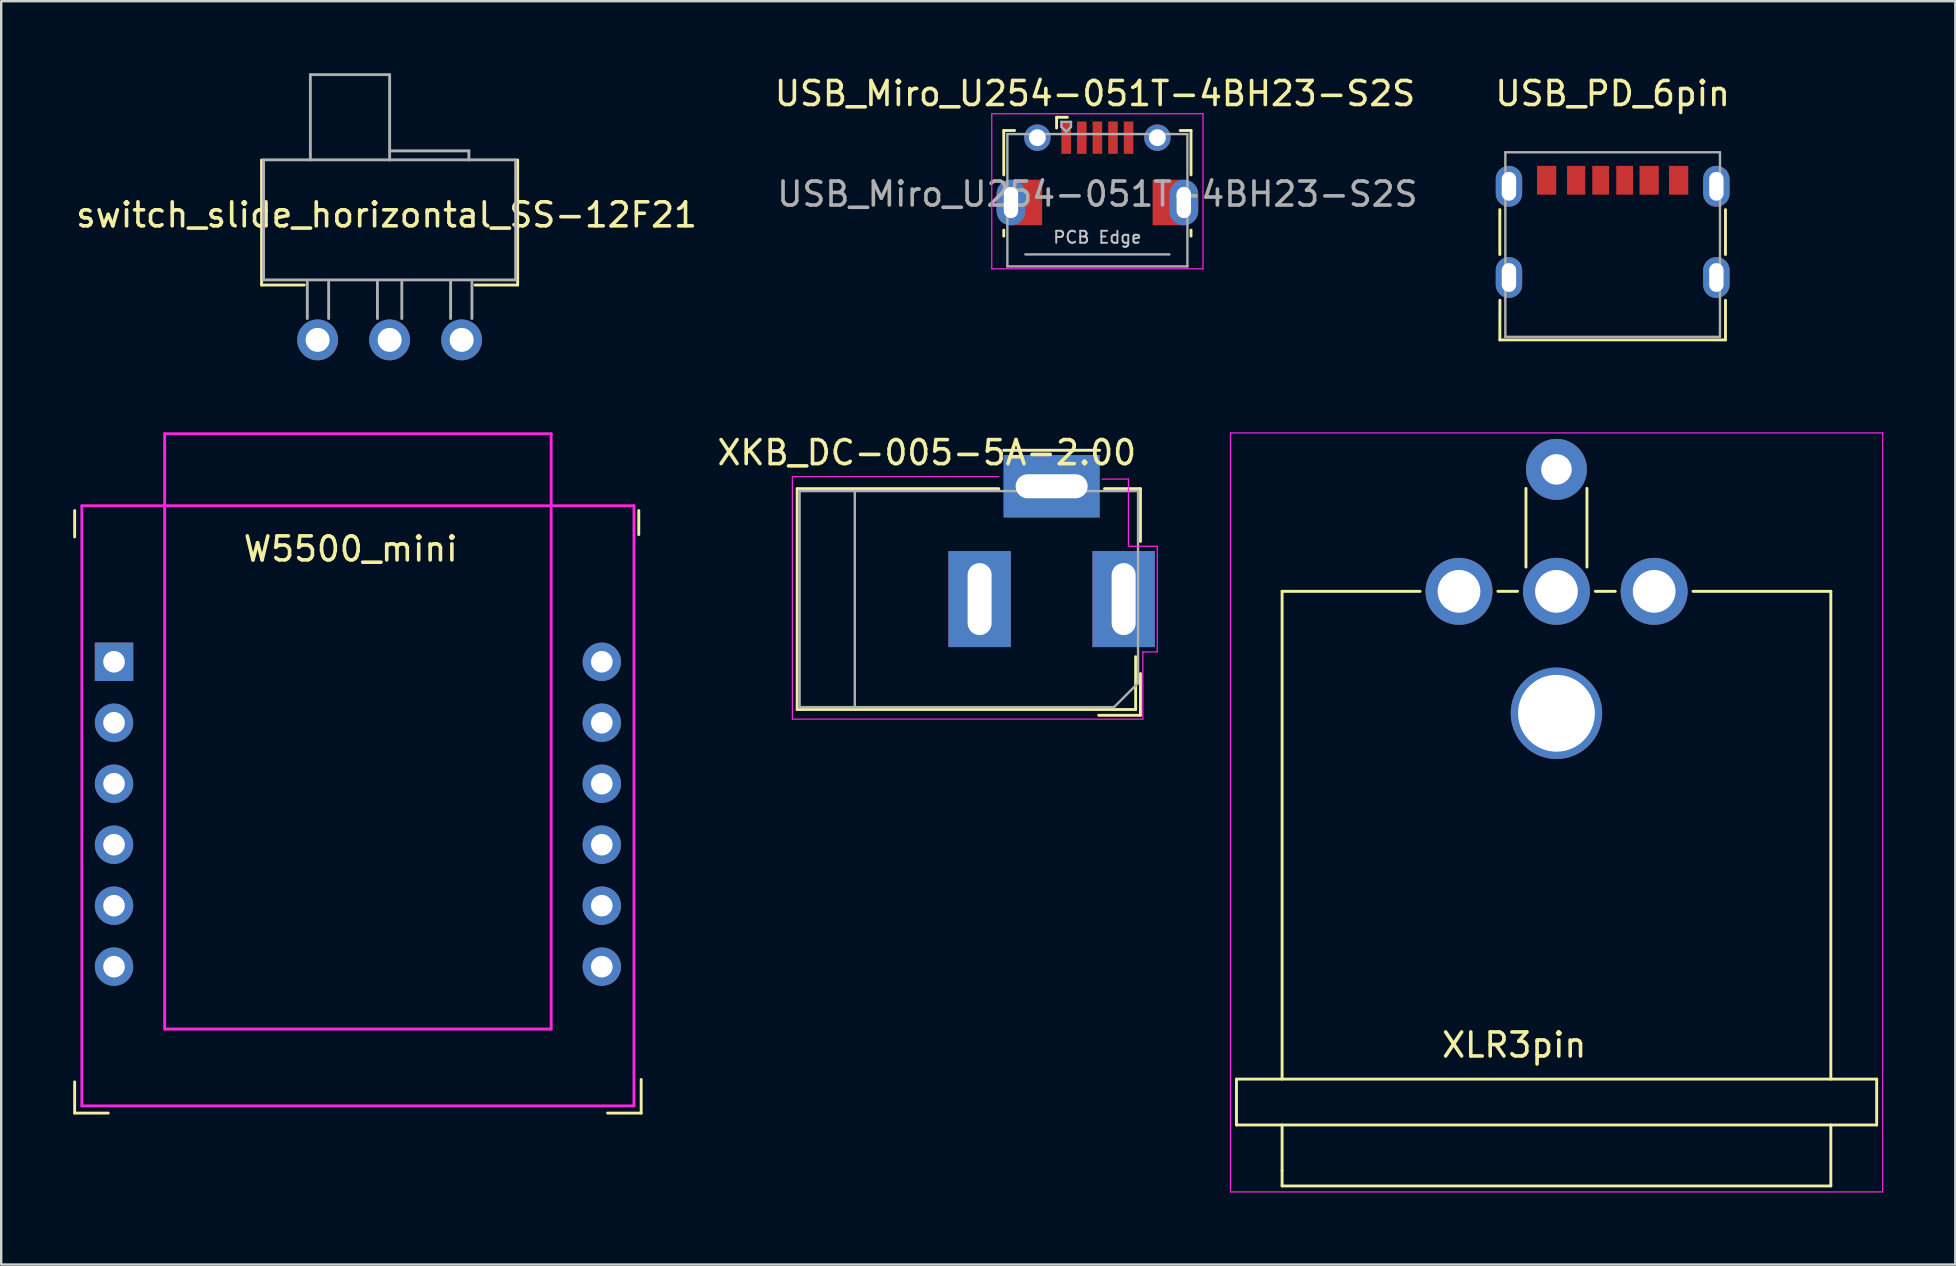
<source format=kicad_pcb>
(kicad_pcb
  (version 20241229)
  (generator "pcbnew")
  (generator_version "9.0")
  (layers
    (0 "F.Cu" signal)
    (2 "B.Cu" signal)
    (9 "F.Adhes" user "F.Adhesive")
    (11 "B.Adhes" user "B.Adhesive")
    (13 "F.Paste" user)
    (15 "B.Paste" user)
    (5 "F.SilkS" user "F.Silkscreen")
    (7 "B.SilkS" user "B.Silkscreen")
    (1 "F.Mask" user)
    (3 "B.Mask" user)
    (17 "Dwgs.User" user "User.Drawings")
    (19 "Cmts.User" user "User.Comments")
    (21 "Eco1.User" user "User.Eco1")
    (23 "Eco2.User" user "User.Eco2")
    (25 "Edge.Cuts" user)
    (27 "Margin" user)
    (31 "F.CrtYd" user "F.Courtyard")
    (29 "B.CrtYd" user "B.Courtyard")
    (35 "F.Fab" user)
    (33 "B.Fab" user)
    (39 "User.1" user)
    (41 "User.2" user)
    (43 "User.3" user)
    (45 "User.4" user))
  (footprint "USB_Miro_U254-051T-4BH23-S2S"
    (layer "F.Cu")
    (at 42.665 2.448)
    (property "Reference" "USB_Miro_U254-051T-4BH23-S2S" (at -0.1 -1.6 0) (layer "F.SilkS") (effects (font (size 1 1) (thickness 0.15))))
    (attr through_hole)
    (fp_line (start -3.9 -0.062) (end -3.45 -0.062) (stroke (width 0.12) (type solid)) (layer "F.SilkS"))
    (fp_line (start -3.9 1.788) (end -3.9 -0.062) (stroke (width 0.12) (type solid)) (layer "F.SilkS"))
    (fp_line (start -3.9 4.338) (end -3.9 4.088) (stroke (width 0.12) (type solid)) (layer "F.SilkS"))
    (fp_line (start -1.7 -0.613) (end -1.7 -0.163) (stroke (width 0.12) (type solid)) (layer "F.SilkS"))
    (fp_line (start -1.7 -0.613) (end -1.25 -0.613) (stroke (width 0.12) (type solid)) (layer "F.SilkS"))
    (fp_line (start 3.9 -0.062) (end 3.45 -0.062) (stroke (width 0.12) (type solid)) (layer "F.SilkS"))
    (fp_line (start 3.9 1.788) (end 3.9 -0.062) (stroke (width 0.12) (type solid)) (layer "F.SilkS"))
    (fp_line (start 3.9 4.338) (end 3.9 4.088) (stroke (width 0.12) (type solid)) (layer "F.SilkS"))
    (fp_line (start -4.4 -0.76) (end 4.4 -0.76) (stroke (width 0.05) (type solid)) (layer "F.CrtYd"))
    (fp_line (start -4.4 5.7) (end -4.4 -0.76) (stroke (width 0.05) (type solid)) (layer "F.CrtYd"))
    (fp_line (start -4.4 5.7) (end 4.4 5.7) (stroke (width 0.05) (type solid)) (layer "F.CrtYd"))
    (fp_line (start 4.4 -0.76) (end 4.4 5.7) (stroke (width 0.05) (type solid)) (layer "F.CrtYd"))
    (fp_line (start -3.75 0.087) (end 3.75 0.087) (stroke (width 0.1) (type solid)) (layer "F.Fab"))
    (fp_line (start -3.75 5.6) (end -3.75 0.087) (stroke (width 0.1) (type solid)) (layer "F.Fab"))
    (fp_line (start -3.75 5.6) (end 3.75 5.6) (stroke (width 0.1) (type solid)) (layer "F.Fab"))
    (fp_line (start -3 5.1) (end 3 5.1) (stroke (width 0.1) (type solid)) (layer "F.Fab"))
    (fp_line (start -1.5 -0.422) (end -1.5 -0.212) (stroke (width 0.1) (type solid)) (layer "F.Fab"))
    (fp_line (start -1.5 -0.422) (end -1.1 -0.422) (stroke (width 0.1) (type solid)) (layer "F.Fab"))
    (fp_line (start -1.3 -0.013) (end -1.5 -0.212) (stroke (width 0.1) (type solid)) (layer "F.Fab"))
    (fp_line (start -1.1 -0.422) (end -1.1 -0.212) (stroke (width 0.1) (type solid)) (layer "F.Fab"))
    (fp_line (start -1.1 -0.212) (end -1.3 -0.013) (stroke (width 0.1) (type solid)) (layer "F.Fab"))
    (fp_line (start 3.75 5.6) (end 3.75 0.087) (stroke (width 0.1) (type solid)) (layer "F.Fab"))
    (fp_text user "PCB Edge" (at 0 4.388 0) (layer "Dwgs.User") (effects (font (size 0.5 0.5) (thickness 0.08))))
    (fp_text user "${REFERENCE}" (at 0 2.587 0) (layer "F.Fab") (effects (font (size 1 1) (thickness 0.15))))
    (pad "" thru_hole oval (at -3.6 2.938 180) (size 1.2 1.9) (drill oval 0.6 1.3) (layers "*.Cu" "*.Mask"))
    (pad "" smd rect (at -2.9 2.938) (size 1.2 1.9) (layers "F.Cu" "F.Mask"))
    (pad "" thru_hole circle (at -2.5 0.237) (size 1.1 1.1) (drill 0.7) (layers "*.Cu" "*.Mask"))
    (pad "" thru_hole circle (at 2.5 0.237) (size 1.1 1.1) (drill 0.7) (layers "*.Cu" "*.Mask"))
    (pad "" smd rect (at 2.9 2.938) (size 1.2 1.9) (layers "F.Cu" "F.Mask"))
    (pad "" thru_hole oval (at 3.6 2.938) (size 1.2 1.9) (drill oval 0.6 1.3) (layers "*.Cu" "*.Mask"))
    (pad "1" smd rect (at -1.3 0.237) (size 0.4 1.35) (layers "F.Cu" "F.Mask" "F.Paste"))
    (pad "2" smd rect (at -0.65 0.237) (size 0.4 1.35) (layers "F.Cu" "F.Mask" "F.Paste"))
    (pad "3" smd rect (at 0 0.237) (size 0.4 1.35) (layers "F.Cu" "F.Mask" "F.Paste"))
    (pad "4" smd rect (at 0.65 0.237) (size 0.4 1.35) (layers "F.Cu" "F.Mask" "F.Paste"))
    (pad "5" smd rect (at 1.3 0.237) (size 0.4 1.35) (layers "F.Cu" "F.Mask" "F.Paste")))
  (footprint "XLR3pin"
    (layer "F.Cu")
    (at 61.829 21.584)
    (property "Reference" "XLR3pin" (at -1.8 18.9 0) (layer "F.SilkS") (effects (font (size 1 1) (thickness 0.15))))
    (attr through_hole)
    (fp_line (start -13.37 20.32) (end -13.37 22.23) (stroke (width 0.12) (type solid)) (layer "F.SilkS"))
    (fp_line (start -13.37 22.23) (end 13.3 22.23) (stroke (width 0.12) (type solid)) (layer "F.SilkS"))
    (fp_line (start -11.47 0) (end -11.47 20.32) (stroke (width 0.12) (type solid)) (layer "F.SilkS"))
    (fp_line (start -11.47 0) (end -5.72 0) (stroke (width 0.12) (type solid)) (layer "F.SilkS"))
    (fp_line (start -11.47 22.23) (end -11.47 24.13) (stroke (width 0.12) (type solid)) (layer "F.SilkS"))
    (fp_line (start -11.47 24.13) (end -11.47 24.77) (stroke (width 0.12) (type solid)) (layer "F.SilkS"))
    (fp_line (start -11.47 24.77) (end 11.39 24.77) (stroke (width 0.12) (type solid)) (layer "F.SilkS"))
    (fp_line (start -2.48 0) (end -1.66 0) (stroke (width 0.12) (type solid)) (layer "F.SilkS"))
    (fp_line (start -1.31 -4.29) (end -1.31 -1.01) (stroke (width 0.12) (type solid)) (layer "F.SilkS"))
    (fp_line (start 1.23 -4.29) (end 1.23 -1.01) (stroke (width 0.12) (type solid)) (layer "F.SilkS"))
    (fp_line (start 1.58 0) (end 2.41 0) (stroke (width 0.12) (type solid)) (layer "F.SilkS"))
    (fp_line (start 5.65 0) (end 11.39 0) (stroke (width 0.12) (type solid)) (layer "F.SilkS"))
    (fp_line (start 11.39 0) (end 11.39 20.32) (stroke (width 0.12) (type solid)) (layer "F.SilkS"))
    (fp_line (start 11.39 24.77) (end 11.39 22.23) (stroke (width 0.12) (type solid)) (layer "F.SilkS"))
    (fp_line (start 13.3 20.32) (end -13.37 20.32) (stroke (width 0.12) (type solid)) (layer "F.SilkS"))
    (fp_line (start 13.3 22.23) (end 13.3 20.32) (stroke (width 0.12) (type solid)) (layer "F.SilkS"))
    (fp_line (start -13.62 -6.6) (end -13.62 25.02) (stroke (width 0.05) (type solid)) (layer "F.CrtYd"))
    (fp_line (start -13.62 -6.6) (end 13.55 -6.6) (stroke (width 0.05) (type solid)) (layer "F.CrtYd"))
    (fp_line (start 13.55 25.02) (end -13.62 25.02) (stroke (width 0.05) (type solid)) (layer "F.CrtYd"))
    (fp_line (start 13.55 25.02) (end 13.55 -6.6) (stroke (width 0.05) (type solid)) (layer "F.CrtYd"))
    (pad "" thru_hole circle (at -0.04 5.08) (size 3.81 3.81) (drill 3.2) (layers "*.Cu" "*.Mask"))
    (pad "1" thru_hole circle (at -4.1 0) (size 2.79 2.79) (drill 1.78) (layers "*.Cu" "*.Mask"))
    (pad "2" thru_hole circle (at 4.03 0) (size 2.79 2.79) (drill 1.78) (layers "*.Cu" "*.Mask"))
    (pad "3" thru_hole circle (at -0.04 0) (size 2.79 2.79) (drill 1.78) (layers "*.Cu" "*.Mask"))
    (pad "4" thru_hole circle (at -0.04 -5.08) (size 2.54 2.54) (drill 1.27) (layers "*.Cu" "*.Mask")))
  (footprint "USB_PD_6pin"
    (layer "F.Cu")
    (at 64.13 11.11)
    (property "Reference" "USB_PD_6pin" (at 0 -10.262 0) (layer "F.SilkS") (effects (font (size 1 1) (thickness 0.15))))
    (attr through_hole)
    (fp_line (start -4.701 0) (end 4.699 0) (stroke (width 0.12) (type solid)) (layer "F.SilkS"))
    (fp_line (start -4.7 -5.429) (end -4.7 -3.556) (stroke (width 0.12) (type solid)) (layer "F.SilkS"))
    (fp_line (start -4.697 -1.651) (end -4.699 0) (stroke (width 0.12) (type solid)) (layer "F.SilkS"))
    (fp_line (start 4.699 -5.429) (end 4.699 -3.556) (stroke (width 0.12) (type solid)) (layer "F.SilkS"))
    (fp_line (start 4.7 -1.651) (end 4.7 0) (stroke (width 0.12) (type solid)) (layer "F.SilkS"))
    (fp_line (start -4.47 -7.816) (end -4.47 -0.127) (stroke (width 0.1) (type solid)) (layer "F.Fab"))
    (fp_line (start -4.47 -7.816) (end 4.47 -7.816) (stroke (width 0.1) (type solid)) (layer "F.Fab"))
    (fp_line (start -4.47 -0.127) (end 4.47 -0.127) (stroke (width 0.1) (type solid)) (layer "F.Fab"))
    (fp_line (start 4.47 -7.816) (end 4.47 -0.127) (stroke (width 0.1) (type solid)) (layer "F.Fab"))
    (pad "1" smd rect (at -2.75 -6.65) (size 0.8 1.2) (layers "F.Cu" "F.Mask" "F.Paste"))
    (pad "1" smd rect (at 2.75 -6.65) (size 0.8 1.2) (layers "F.Cu" "F.Mask" "F.Paste"))
    (pad "2" smd rect (at -1.52 -6.65) (size 0.76 1.2) (layers "F.Cu" "F.Mask" "F.Paste"))
    (pad "2" smd rect (at 1.52 -6.65) (size 0.8 1.2) (layers "F.Cu" "F.Mask" "F.Paste"))
    (pad "3" smd rect (at -0.5 -6.65) (size 0.7 1.2) (layers "F.Cu" "F.Mask" "F.Paste"))
    (pad "4" smd rect (at 0.5 -6.65) (size 0.7 1.2) (layers "F.Cu" "F.Mask" "F.Paste"))
    (pad "S1" thru_hole oval (at -4.32 -6.4) (size 1.1 1.7) (drill oval 0.6 1.2) (layers "*.Cu" "*.Mask"))
    (pad "S1" thru_hole oval (at -4.32 -2.6) (size 1.1 1.7) (drill oval 0.6 1.2) (layers "*.Cu" "*.Mask"))
    (pad "S1" thru_hole oval (at 4.32 -6.4) (size 1.1 1.7) (drill oval 0.6 1.2) (layers "*.Cu" "*.Mask"))
    (pad "S1" thru_hole oval (at 4.32 -2.6) (size 1.1 1.7) (drill oval 0.6 1.2) (layers "*.Cu" "*.Mask")))
  (footprint "switch_slide_horizontal_SS-12F21"
    (layer "F.Cu")
    (at 13.181 11.109)
    (property "Reference" "switch_slide_horizontal_SS-12F21" (at -0.127 -5.207 0) (layer "F.SilkS") (effects (font (size 1 1) (thickness 0.15))))
    (attr through_hole)
    (fp_line (start -5.334 -7.493) (end -5.334 -2.286) (stroke (width 0.12) (type solid)) (layer "F.SilkS"))
    (fp_line (start -5.334 -2.286) (end -3.556 -2.286) (stroke (width 0.12) (type solid)) (layer "F.SilkS"))
    (fp_line (start 5.334 -7.493) (end 5.334 -2.286) (stroke (width 0.12) (type solid)) (layer "F.SilkS"))
    (fp_line (start 5.334 -2.286) (end 3.556 -2.286) (stroke (width 0.12) (type solid)) (layer "F.SilkS"))
    (fp_line (start -5.25 -7.5) (end -5.25 -2.5) (stroke (width 0.12) (type solid)) (layer "F.Fab"))
    (fp_line (start -5.25 -7.5) (end 5.25 -7.5) (stroke (width 0.12) (type solid)) (layer "F.Fab"))
    (fp_line (start -5.25 -2.5) (end 5.25 -2.5) (stroke (width 0.12) (type solid)) (layer "F.Fab"))
    (fp_line (start -3.429 -2.413) (end -3.429 -0.889) (stroke (width 0.12) (type solid)) (layer "F.Fab"))
    (fp_line (start -3.302 -11.049) (end 0 -11.049) (stroke (width 0.12) (type solid)) (layer "F.Fab"))
    (fp_line (start -3.302 -7.493) (end -3.302 -11.049) (stroke (width 0.12) (type solid)) (layer "F.Fab"))
    (fp_line (start -2.54 -2.413) (end -2.54 -0.889) (stroke (width 0.12) (type solid)) (layer "F.Fab"))
    (fp_line (start -0.508 -2.413) (end -0.508 -0.889) (stroke (width 0.12) (type solid)) (layer "F.Fab"))
    (fp_line (start 0 -11.049) (end 0 -7.493) (stroke (width 0.12) (type solid)) (layer "F.Fab"))
    (fp_line (start 0.508 -2.413) (end 0.508 -0.889) (stroke (width 0.12) (type solid)) (layer "F.Fab"))
    (fp_line (start 2.54 -2.413) (end 2.54 -0.889) (stroke (width 0.12) (type solid)) (layer "F.Fab"))
    (fp_line (start 3.302 -7.874) (end 0 -7.874) (stroke (width 0.12) (type solid)) (layer "F.Fab"))
    (fp_line (start 3.302 -7.493) (end 3.302 -7.874) (stroke (width 0.12) (type solid)) (layer "F.Fab"))
    (fp_line (start 3.429 -2.413) (end 3.429 -0.889) (stroke (width 0.12) (type solid)) (layer "F.Fab"))
    (fp_line (start 5.25 -7.5) (end 5.25 -2.5) (stroke (width 0.12) (type solid)) (layer "F.Fab"))
    (pad "1" thru_hole circle (at -3 0) (size 1.7 1.7) (drill 1) (layers "*.Cu" "*.Mask"))
    (pad "2" thru_hole circle (at 0 0) (size 1.7 1.7) (drill 1) (layers "*.Cu" "*.Mask"))
    (pad "3" thru_hole circle (at 3 0) (size 1.7 1.7) (drill 1) (layers "*.Cu" "*.Mask")))
  (footprint "XKB_DC-005-5A-2.00"
    (layer "F.Cu")
    (at 30.059 21.907)
    (property "Reference" "XKB_DC-005-5A-2.00" (at 5.5 -6.1 0) (layer "F.SilkS") (effects (font (size 1 1) (thickness 0.15))))
    (attr through_hole)
    (fp_line (start 0.1 -4.6) (end 0.1 4.6) (stroke (width 0.12) (type solid)) (layer "F.SilkS"))
    (fp_line (start 0.1 4.6) (end 14.2 4.6) (stroke (width 0.12) (type solid)) (layer "F.SilkS"))
    (fp_line (start 8.5 -4.6) (end 0.1 -4.6) (stroke (width 0.12) (type solid)) (layer "F.SilkS"))
    (fp_line (start 8.7 -6.2) (end 12.7 -6.2) (stroke (width 0.12) (type solid)) (layer "F.SilkS"))
    (fp_line (start 12.66 4.84) (end 14.4 4.84) (stroke (width 0.12) (type solid)) (layer "F.SilkS"))
    (fp_line (start 14.2 4.6) (end 14.2 2.4) (stroke (width 0.12) (type solid)) (layer "F.SilkS"))
    (fp_line (start 14.4 -4.6) (end 12.9 -4.6) (stroke (width 0.12) (type solid)) (layer "F.SilkS"))
    (fp_line (start 14.4 -2.4) (end 14.4 -4.6) (stroke (width 0.12) (type solid)) (layer "F.SilkS"))
    (fp_line (start 14.4 4.84) (end 14.4 3.1) (stroke (width 0.12) (type solid)) (layer "F.SilkS"))
    (fp_line (start -0.1 -5.1) (end -0.1 5) (stroke (width 0.05) (type solid)) (layer "F.CrtYd"))
    (fp_line (start -0.1 5) (end 14.5 5) (stroke (width 0.05) (type solid)) (layer "F.CrtYd"))
    (fp_line (start 8.5 -5.1) (end -0.1 -5.1) (stroke (width 0.05) (type solid)) (layer "F.CrtYd"))
    (fp_line (start 13.9 -5) (end 12.8 -5) (stroke (width 0.05) (type solid)) (layer "F.CrtYd"))
    (fp_line (start 13.9 -2.2) (end 13.9 -5) (stroke (width 0.05) (type solid)) (layer "F.CrtYd"))
    (fp_line (start 14.5 2.2) (end 15.1 2.2) (stroke (width 0.05) (type solid)) (layer "F.CrtYd"))
    (fp_line (start 14.5 5) (end 14.5 2.2) (stroke (width 0.05) (type solid)) (layer "F.CrtYd"))
    (fp_line (start 15.1 -2.2) (end 13.9 -2.2) (stroke (width 0.05) (type solid)) (layer "F.CrtYd"))
    (fp_line (start 15.1 2.2) (end 15.1 -2.2) (stroke (width 0.05) (type solid)) (layer "F.CrtYd"))
    (fp_line (start 0.2 -4.5) (end 0.2 4.5) (stroke (width 0.1) (type solid)) (layer "F.Fab"))
    (fp_line (start 0.2 4.5) (end 13.3 4.5) (stroke (width 0.1) (type solid)) (layer "F.Fab"))
    (fp_line (start 2.5 4.5) (end 2.5 -4.5) (stroke (width 0.1) (type solid)) (layer "F.Fab"))
    (fp_line (start 13.3 4.5) (end 14.3 3.5) (stroke (width 0.1) (type solid)) (layer "F.Fab"))
    (fp_line (start 14.3 -4.5) (end 0.2 -4.5) (stroke (width 0.1) (type solid)) (layer "F.Fab"))
    (fp_line (start 14.3 3.5) (end 14.3 -4.5) (stroke (width 0.1) (type solid)) (layer "F.Fab"))
    (pad "1" thru_hole rect (at 13.7 0) (size 2.6 4) (drill oval 1 3) (layers "*.Cu" "*.Mask"))
    (pad "2" thru_hole rect (at 7.7 0) (size 2.6 4) (drill oval 1 3) (layers "*.Cu" "*.Mask"))
    (pad "3" thru_hole rect (at 10.7 -4.7 90) (size 2.6 4) (drill oval 1 3) (layers "*.Cu" "*.Mask")))
  (footprint "W5500_mini"
    (layer "F.Cu")
    (at 11.86 18.019)
    (property "Reference" "W5500_mini" (at -0.3 1.8 0) (layer "F.SilkS") (effects (font (size 1 1) (thickness 0.15))))
    (attr through_hole)
    (fp_line (start -11.8 0.2) (end -11.8 1.3) (stroke (width 0.12) (type solid)) (layer "F.SilkS"))
    (fp_line (start -11.8 24) (end -11.8 25.3) (stroke (width 0.12) (type solid)) (layer "F.SilkS"))
    (fp_line (start -11.8 25.3) (end -10.4 25.3) (stroke (width 0.12) (type solid)) (layer "F.SilkS"))
    (fp_line (start 11.7 0.2) (end 11.7 1.2) (stroke (width 0.12) (type solid)) (layer "F.SilkS"))
    (fp_line (start 11.8 25.3) (end 10.4 25.3) (stroke (width 0.12) (type solid)) (layer "F.SilkS"))
    (fp_line (start 11.8 25.3) (end 11.8 23.9) (stroke (width 0.12) (type solid)) (layer "F.SilkS"))
    (fp_line (start -11.5 0) (end -11.5 25) (stroke (width 0.12) (type solid)) (layer "F.CrtYd"))
    (fp_line (start -11.5 0) (end 11.5 0) (stroke (width 0.12) (type solid)) (layer "F.CrtYd"))
    (fp_line (start -11.5 25) (end 11.5 25) (stroke (width 0.12) (type solid)) (layer "F.CrtYd"))
    (fp_line (start -8.05 -3) (end -8.05 21.8) (stroke (width 0.12) (type solid)) (layer "F.CrtYd"))
    (fp_line (start -8.05 -3) (end 8.05 -3) (stroke (width 0.12) (type solid)) (layer "F.CrtYd"))
    (fp_line (start -8.05 21.8) (end 8.05 21.8) (stroke (width 0.12) (type solid)) (layer "F.CrtYd"))
    (fp_line (start 8.05 21.8) (end 8.05 -3) (stroke (width 0.12) (type solid)) (layer "F.CrtYd"))
    (fp_line (start 11.5 25) (end 11.5 0) (stroke (width 0.12) (type solid)) (layer "F.CrtYd"))
    (pad "1" thru_hole rect (at -10.16 6.5) (size 1.6 1.6) (drill 0.9) (layers "*.Cu" "*.Mask"))
    (pad "2" thru_hole circle (at -10.16 9.04) (size 1.6 1.6) (drill 0.9) (layers "*.Cu" "*.Mask"))
    (pad "3" thru_hole circle (at -10.16 11.58) (size 1.6 1.6) (drill 0.9) (layers "*.Cu" "*.Mask"))
    (pad "4" thru_hole circle (at -10.16 14.12) (size 1.6 1.6) (drill 0.9) (layers "*.Cu" "*.Mask"))
    (pad "5" thru_hole circle (at -10.16 16.66) (size 1.6 1.6) (drill 0.9) (layers "*.Cu" "*.Mask"))
    (pad "6" thru_hole circle (at -10.16 19.2) (size 1.6 1.6) (drill 0.9) (layers "*.Cu" "*.Mask"))
    (pad "7" thru_hole circle (at 10.16 19.2) (size 1.6 1.6) (drill 0.9) (layers "*.Cu" "*.Mask"))
    (pad "8" thru_hole circle (at 10.16 16.66) (size 1.6 1.6) (drill 0.9) (layers "*.Cu" "*.Mask"))
    (pad "9" thru_hole circle (at 10.16 14.12) (size 1.6 1.6) (drill 0.9) (layers "*.Cu" "*.Mask"))
    (pad "10" thru_hole circle (at 10.16 11.58) (size 1.6 1.6) (drill 0.9) (layers "*.Cu" "*.Mask"))
    (pad "11" thru_hole circle (at 10.16 9.04) (size 1.6 1.6) (drill 0.9) (layers "*.Cu" "*.Mask"))
    (pad "12" thru_hole circle (at 10.16 6.5) (size 1.6 1.6) (drill 0.9) (layers "*.Cu" "*.Mask")))
  (gr_rect
    (start -3 -3)
    (end 78.404 49.629)
    (stroke (width 0.1) (type default))
    (fill no)
    (layer "Edge.Cuts")))
</source>
